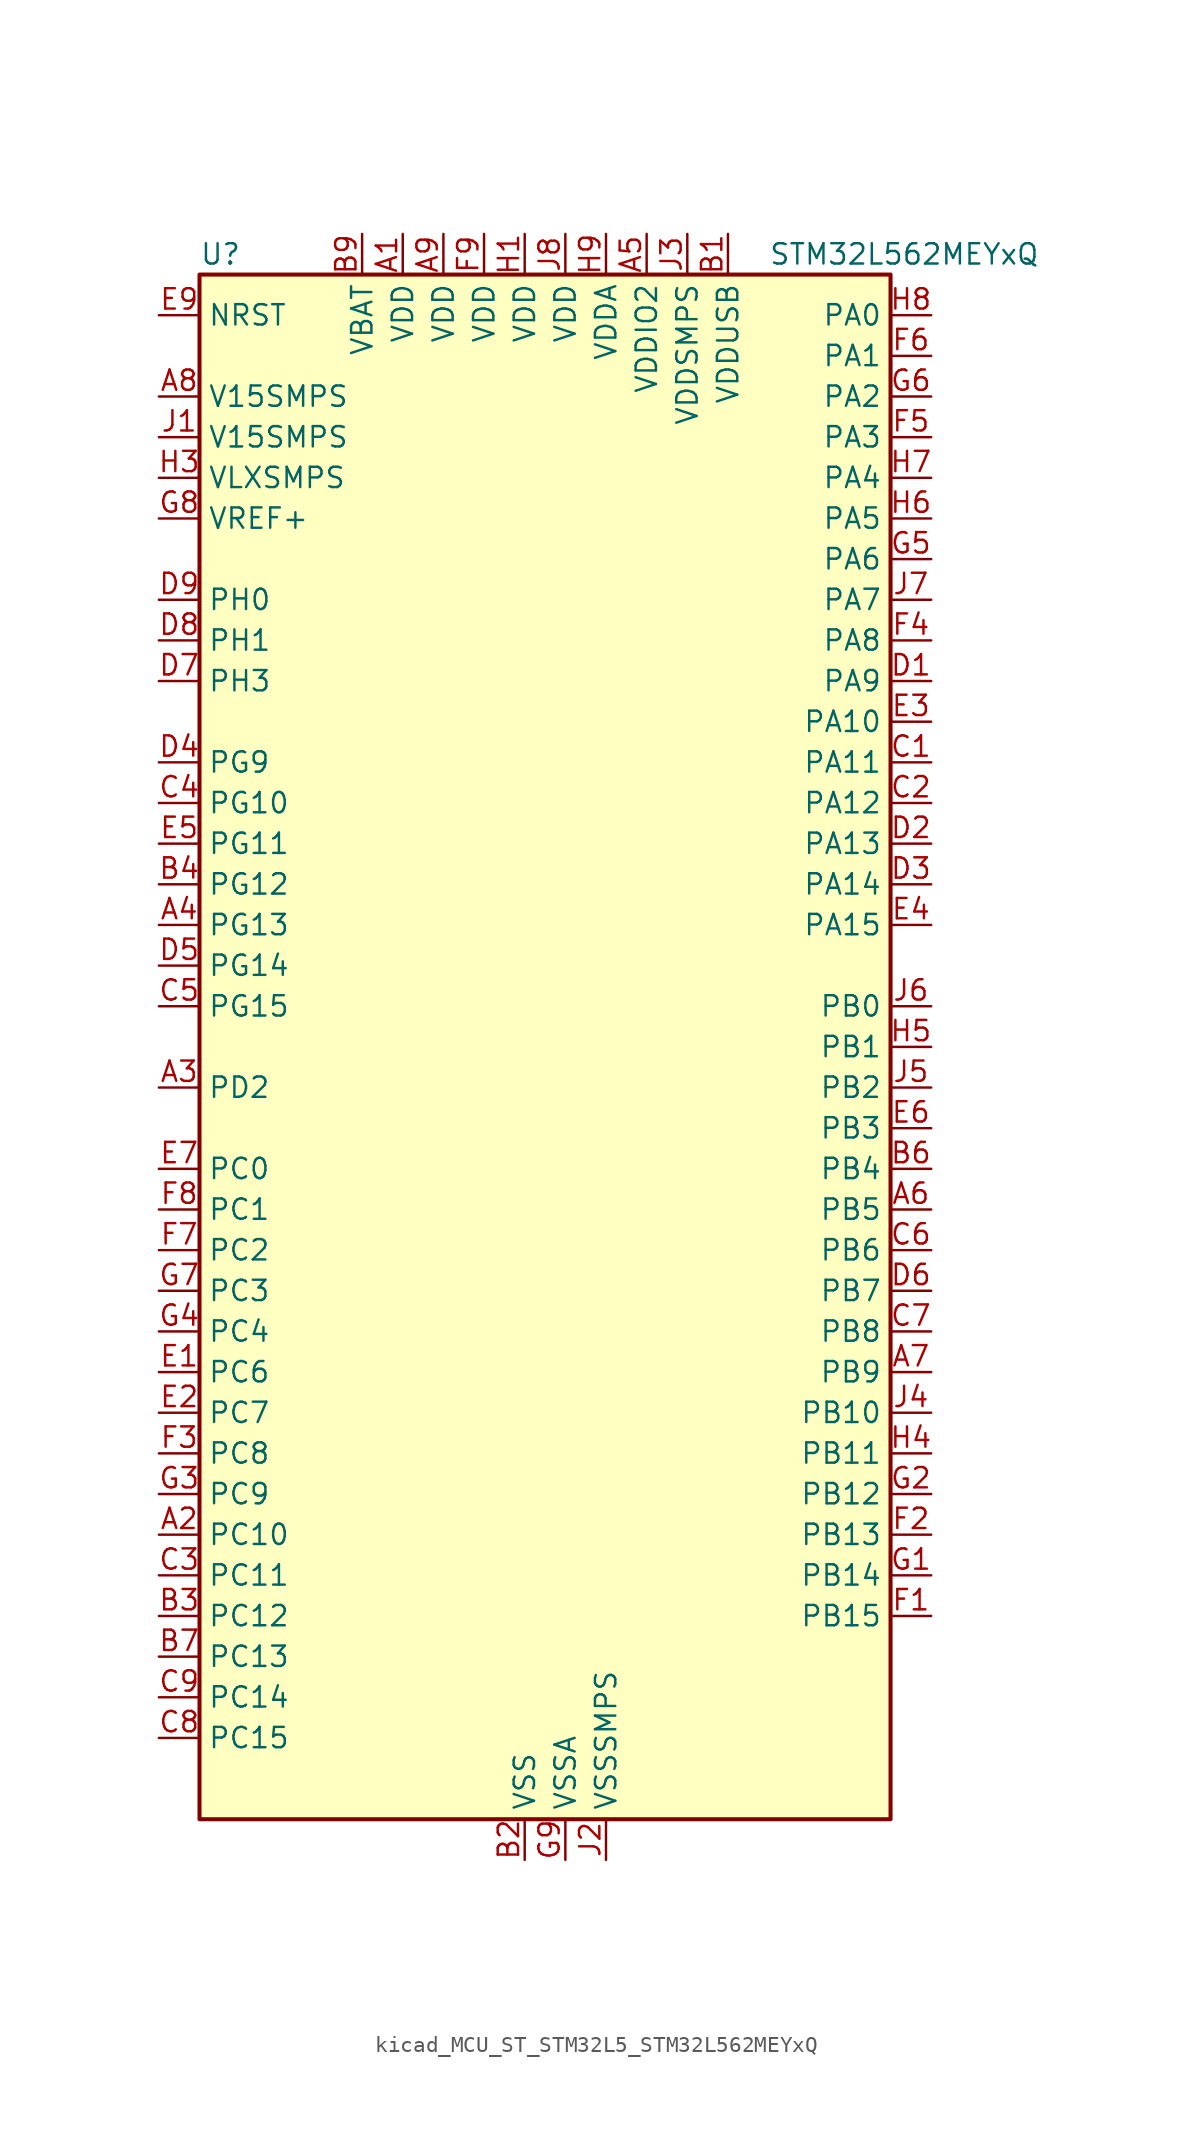
<source format=kicad_sym>
(kicad_symbol_lib
  (version 20220914)
  (generator kicad_symbol_editor)
  (symbol "kicad_MCU_ST_STM32L5_STM32L562MEYxQ"
    (property "Reference" "U"
      (at -20.32 49.53 0)
      (effects (font (size 1.27 1.27)) (justify left)))
    (property "Value" "STM32L562MEYxQ"
      (at 15.24 49.53 0)
      (effects (font (size 1.27 1.27)) (justify left)))
    (property "ki_locked" ""
      (at 0 0 0)
      (effects (font (size 1.27 1.27))))
    (symbol "kicad_MCU_ST_STM32L5_STM32L562MEYxQ_0_1"
      (rectangle (start -20.32 -48.26) (end 22.86 48.26) (stroke (width 0.254) (type default)) (fill (type background))))
    (symbol "kicad_MCU_ST_STM32L5_STM32L562MEYxQ_1_1"
      (pin power_in line (at -7.62 50.8 270) (length 2.54) (name "VDD" (effects (font (size 1.27 1.27)))) (number "A1" (effects (font (size 1.27 1.27)))))
      (pin bidirectional line (at -22.86 -30.48 0) (length 2.54) (name "PC10" (effects (font (size 1.27 1.27)))) (number "A2" (effects (font (size 1.27 1.27)))) (alternate "DEBUG_TRACED1" bidirectional line) (alternate "LPTIM3_ETR" bidirectional line) (alternate "SAI2_SCK_B" bidirectional line) (alternate "SDMMC1_D2" bidirectional line) (alternate "SPI3_SCK" bidirectional line) (alternate "TSC_G3_IO2" bidirectional line) (alternate "UART4_TX" bidirectional line) (alternate "USART3_TX" bidirectional line))
      (pin bidirectional line (at -22.86 -2.54 0) (length 2.54) (name "PD2" (effects (font (size 1.27 1.27)))) (number "A3" (effects (font (size 1.27 1.27)))) (alternate "DEBUG_TRACED2" bidirectional line) (alternate "SDMMC1_CMD" bidirectional line) (alternate "TIM3_ETR" bidirectional line) (alternate "TSC_SYNC" bidirectional line) (alternate "UART5_RX" bidirectional line) (alternate "USART3_DE" bidirectional line) (alternate "USART3_RTS" bidirectional line))
      (pin bidirectional line (at -22.86 7.62 0) (length 2.54) (name "PG13" (effects (font (size 1.27 1.27)))) (number "A4" (effects (font (size 1.27 1.27)))) (alternate "I2C1_SDA" bidirectional line) (alternate "USART1_CK" bidirectional line))
      (pin power_in line (at 7.62 50.8 270) (length 2.54) (name "VDDIO2" (effects (font (size 1.27 1.27)))) (number "A5" (effects (font (size 1.27 1.27)))))
      (pin bidirectional line (at 25.4 -10.16 180) (length 2.54) (name "PB5" (effects (font (size 1.27 1.27)))) (number "A6" (effects (font (size 1.27 1.27)))) (alternate "COMP2_OUT" bidirectional line) (alternate "I2C1_SMBA" bidirectional line) (alternate "LPTIM1_IN1" bidirectional line) (alternate "OCTOSPI1_NCLK" bidirectional line) (alternate "SAI1_SD_B" bidirectional line) (alternate "SPI1_MOSI" bidirectional line) (alternate "SPI3_MOSI" bidirectional line) (alternate "TIM16_BKIN" bidirectional line) (alternate "TIM3_CH2" bidirectional line) (alternate "TSC_G2_IO2" bidirectional line) (alternate "UART5_CTS" bidirectional line) (alternate "UCPD1_DBCC1" bidirectional line) (alternate "USART1_CK" bidirectional line))
      (pin bidirectional line (at 25.4 -20.32 180) (length 2.54) (name "PB9" (effects (font (size 1.27 1.27)))) (number "A7" (effects (font (size 1.27 1.27)))) (alternate "DAC1_EXTI9" bidirectional line) (alternate "FDCAN1_TX" bidirectional line) (alternate "I2C1_SDA" bidirectional line) (alternate "IR_OUT" bidirectional line) (alternate "SAI1_D2" bidirectional line) (alternate "SAI1_FS_A" bidirectional line) (alternate "SDMMC1_CDIR" bidirectional line) (alternate "SDMMC1_D5" bidirectional line) (alternate "SPI2_NSS" bidirectional line) (alternate "TIM17_CH1" bidirectional line) (alternate "TIM4_CH4" bidirectional line))
      (pin power_in line (at -22.86 40.64 0) (length 2.54) (name "V15SMPS" (effects (font (size 1.27 1.27)))) (number "A8" (effects (font (size 1.27 1.27)))))
      (pin power_in line (at -5.08 50.8 270) (length 2.54) (name "VDD" (effects (font (size 1.27 1.27)))) (number "A9" (effects (font (size 1.27 1.27)))))
      (pin power_in line (at 12.7 50.8 270) (length 2.54) (name "VDDUSB" (effects (font (size 1.27 1.27)))) (number "B1" (effects (font (size 1.27 1.27)))))
      (pin power_in line (at 0 -50.8 90) (length 2.54) (name "VSS" (effects (font (size 1.27 1.27)))) (number "B2" (effects (font (size 1.27 1.27)))))
      (pin bidirectional line (at -22.86 -35.56 0) (length 2.54) (name "PC12" (effects (font (size 1.27 1.27)))) (number "B3" (effects (font (size 1.27 1.27)))) (alternate "DEBUG_TRACED3" bidirectional line) (alternate "SAI2_SD_B" bidirectional line) (alternate "SDMMC1_CK" bidirectional line) (alternate "SPI3_MOSI" bidirectional line) (alternate "TSC_G3_IO4" bidirectional line) (alternate "UART5_TX" bidirectional line) (alternate "USART3_CK" bidirectional line))
      (pin bidirectional line (at -22.86 10.16 0) (length 2.54) (name "PG12" (effects (font (size 1.27 1.27)))) (number "B4" (effects (font (size 1.27 1.27)))) (alternate "LPTIM1_ETR" bidirectional line) (alternate "SAI2_SD_A" bidirectional line) (alternate "SPI3_NSS" bidirectional line) (alternate "USART1_DE" bidirectional line) (alternate "USART1_RTS" bidirectional line))
      (pin passive line (at 0 -50.8 90) (length 2.54) hide (name "VSS" (effects (font (size 1.27 1.27)))) (number "B5" (effects (font (size 1.27 1.27)))))
      (pin bidirectional line (at 25.4 -7.62 180) (length 2.54) (name "PB4" (effects (font (size 1.27 1.27)))) (number "B6" (effects (font (size 1.27 1.27)))) (alternate "COMP2_INP" bidirectional line) (alternate "DEBUG_JTRST" bidirectional line) (alternate "I2C3_SDA" bidirectional line) (alternate "SAI1_MCLK_B" bidirectional line) (alternate "SPI1_MISO" bidirectional line) (alternate "SPI3_MISO" bidirectional line) (alternate "TIM17_BKIN" bidirectional line) (alternate "TIM3_CH1" bidirectional line) (alternate "TSC_G2_IO1" bidirectional line) (alternate "UART5_DE" bidirectional line) (alternate "UART5_RTS" bidirectional line) (alternate "USART1_CTS" bidirectional line) (alternate "USART1_NSS" bidirectional line))
      (pin bidirectional line (at -22.86 -38.1 0) (length 2.54) (name "PC13" (effects (font (size 1.27 1.27)))) (number "B7" (effects (font (size 1.27 1.27)))) (alternate "PWR_WKUP2" bidirectional line) (alternate "RTC_OUT1" bidirectional line) (alternate "RTC_TS" bidirectional line) (alternate "TAMP_IN1" bidirectional line) (alternate "TAMP_OUT2" bidirectional line))
      (pin passive line (at 0 -50.8 90) (length 2.54) hide (name "VSS" (effects (font (size 1.27 1.27)))) (number "B8" (effects (font (size 1.27 1.27)))))
      (pin power_in line (at -10.16 50.8 270) (length 2.54) (name "VBAT" (effects (font (size 1.27 1.27)))) (number "B9" (effects (font (size 1.27 1.27)))))
      (pin bidirectional line (at 25.4 17.78 180) (length 2.54) (name "PA11" (effects (font (size 1.27 1.27)))) (number "C1" (effects (font (size 1.27 1.27)))) (alternate "ADC1_EXTI11" bidirectional line) (alternate "ADC2_EXTI11" bidirectional line) (alternate "FDCAN1_RX" bidirectional line) (alternate "SPI1_MISO" bidirectional line) (alternate "TIM1_BKIN2" bidirectional line) (alternate "TIM1_CH4" bidirectional line) (alternate "USART1_CTS" bidirectional line) (alternate "USART1_NSS" bidirectional line) (alternate "USB_DM" bidirectional line))
      (pin bidirectional line (at 25.4 15.24 180) (length 2.54) (name "PA12" (effects (font (size 1.27 1.27)))) (number "C2" (effects (font (size 1.27 1.27)))) (alternate "FDCAN1_TX" bidirectional line) (alternate "SPI1_MOSI" bidirectional line) (alternate "TIM1_ETR" bidirectional line) (alternate "USART1_DE" bidirectional line) (alternate "USART1_RTS" bidirectional line) (alternate "USB_DP" bidirectional line))
      (pin bidirectional line (at -22.86 -33.02 0) (length 2.54) (name "PC11" (effects (font (size 1.27 1.27)))) (number "C3" (effects (font (size 1.27 1.27)))) (alternate "ADC1_EXTI11" bidirectional line) (alternate "ADC2_EXTI11" bidirectional line) (alternate "LPTIM3_IN1" bidirectional line) (alternate "OCTOSPI1_NCS" bidirectional line) (alternate "SAI2_MCLK_B" bidirectional line) (alternate "SDMMC1_D3" bidirectional line) (alternate "SPI3_MISO" bidirectional line) (alternate "TSC_G3_IO3" bidirectional line) (alternate "UART4_RX" bidirectional line) (alternate "UCPD1_FRSTX2" bidirectional line) (alternate "USART3_RX" bidirectional line))
      (pin bidirectional line (at -22.86 15.24 0) (length 2.54) (name "PG10" (effects (font (size 1.27 1.27)))) (number "C4" (effects (font (size 1.27 1.27)))) (alternate "LPTIM1_IN1" bidirectional line) (alternate "SAI2_FS_A" bidirectional line) (alternate "SPI3_MISO" bidirectional line) (alternate "TIM15_CH1" bidirectional line) (alternate "USART1_RX" bidirectional line))
      (pin bidirectional line (at -22.86 2.54 0) (length 2.54) (name "PG15" (effects (font (size 1.27 1.27)))) (number "C5" (effects (font (size 1.27 1.27)))) (alternate "ADC1_EXTI15" bidirectional line) (alternate "ADC2_EXTI15" bidirectional line) (alternate "I2C1_SMBA" bidirectional line) (alternate "LPTIM1_OUT" bidirectional line))
      (pin bidirectional line (at 25.4 -12.7 180) (length 2.54) (name "PB6" (effects (font (size 1.27 1.27)))) (number "C6" (effects (font (size 1.27 1.27)))) (alternate "COMP2_INP" bidirectional line) (alternate "I2C1_SCL" bidirectional line) (alternate "I2C4_SCL" bidirectional line) (alternate "LPTIM1_ETR" bidirectional line) (alternate "SAI1_FS_B" bidirectional line) (alternate "TIM16_CH1N" bidirectional line) (alternate "TIM4_CH1" bidirectional line) (alternate "TIM8_BKIN2" bidirectional line) (alternate "TSC_G2_IO3" bidirectional line) (alternate "USART1_TX" bidirectional line))
      (pin bidirectional line (at 25.4 -17.78 180) (length 2.54) (name "PB8" (effects (font (size 1.27 1.27)))) (number "C7" (effects (font (size 1.27 1.27)))) (alternate "DFSDM1_CKOUT" bidirectional line) (alternate "FDCAN1_RX" bidirectional line) (alternate "I2C1_SCL" bidirectional line) (alternate "SAI1_CK1" bidirectional line) (alternate "SAI1_MCLK_A" bidirectional line) (alternate "SDMMC1_CKIN" bidirectional line) (alternate "SDMMC1_D4" bidirectional line) (alternate "TIM16_CH1" bidirectional line) (alternate "TIM4_CH3" bidirectional line))
      (pin bidirectional line (at -22.86 -43.18 0) (length 2.54) (name "PC15" (effects (font (size 1.27 1.27)))) (number "C8" (effects (font (size 1.27 1.27)))) (alternate "ADC1_EXTI15" bidirectional line) (alternate "ADC2_EXTI15" bidirectional line) (alternate "RCC_OSC32_OUT" bidirectional line))
      (pin bidirectional line (at -22.86 -40.64 0) (length 2.54) (name "PC14" (effects (font (size 1.27 1.27)))) (number "C9" (effects (font (size 1.27 1.27)))) (alternate "RCC_OSC32_IN" bidirectional line))
      (pin bidirectional line (at 25.4 22.86 180) (length 2.54) (name "PA9" (effects (font (size 1.27 1.27)))) (number "D1" (effects (font (size 1.27 1.27)))) (alternate "DAC1_EXTI9" bidirectional line) (alternate "SAI1_FS_A" bidirectional line) (alternate "SPI2_SCK" bidirectional line) (alternate "TIM15_BKIN" bidirectional line) (alternate "TIM1_CH2" bidirectional line) (alternate "USART1_TX" bidirectional line))
      (pin bidirectional line (at 25.4 12.7 180) (length 2.54) (name "PA13" (effects (font (size 1.27 1.27)))) (number "D2" (effects (font (size 1.27 1.27)))) (alternate "DEBUG_JTMS-SWDIO" bidirectional line) (alternate "IR_OUT" bidirectional line) (alternate "SAI1_SD_B" bidirectional line) (alternate "USB_NOE" bidirectional line))
      (pin bidirectional line (at 25.4 10.16 180) (length 2.54) (name "PA14" (effects (font (size 1.27 1.27)))) (number "D3" (effects (font (size 1.27 1.27)))) (alternate "DEBUG_JTCK-SWCLK" bidirectional line) (alternate "I2C1_SMBA" bidirectional line) (alternate "I2C4_SMBA" bidirectional line) (alternate "LPTIM1_OUT" bidirectional line) (alternate "SAI1_FS_B" bidirectional line))
      (pin bidirectional line (at -22.86 17.78 0) (length 2.54) (name "PG9" (effects (font (size 1.27 1.27)))) (number "D4" (effects (font (size 1.27 1.27)))) (alternate "DAC1_EXTI9" bidirectional line) (alternate "SAI2_SCK_A" bidirectional line) (alternate "SPI3_SCK" bidirectional line) (alternate "TIM15_CH1N" bidirectional line) (alternate "USART1_TX" bidirectional line))
      (pin bidirectional line (at -22.86 5.08 0) (length 2.54) (name "PG14" (effects (font (size 1.27 1.27)))) (number "D5" (effects (font (size 1.27 1.27)))) (alternate "I2C1_SCL" bidirectional line))
      (pin bidirectional line (at 25.4 -15.24 180) (length 2.54) (name "PB7" (effects (font (size 1.27 1.27)))) (number "D6" (effects (font (size 1.27 1.27)))) (alternate "COMP2_INM" bidirectional line) (alternate "I2C1_SDA" bidirectional line) (alternate "I2C4_SDA" bidirectional line) (alternate "LPTIM1_IN2" bidirectional line) (alternate "PWR_PVD_IN" bidirectional line) (alternate "TIM17_CH1N" bidirectional line) (alternate "TIM4_CH2" bidirectional line) (alternate "TIM8_BKIN" bidirectional line) (alternate "TSC_G2_IO4" bidirectional line) (alternate "UART4_CTS" bidirectional line) (alternate "USART1_RX" bidirectional line))
      (pin bidirectional line (at -22.86 22.86 0) (length 2.54) (name "PH3" (effects (font (size 1.27 1.27)))) (number "D7" (effects (font (size 1.27 1.27)))))
      (pin bidirectional line (at -22.86 25.4 0) (length 2.54) (name "PH1" (effects (font (size 1.27 1.27)))) (number "D8" (effects (font (size 1.27 1.27)))) (alternate "RCC_OSC_OUT" bidirectional line))
      (pin bidirectional line (at -22.86 27.94 0) (length 2.54) (name "PH0" (effects (font (size 1.27 1.27)))) (number "D9" (effects (font (size 1.27 1.27)))) (alternate "RCC_OSC_IN" bidirectional line))
      (pin bidirectional line (at -22.86 -20.32 0) (length 2.54) (name "PC6" (effects (font (size 1.27 1.27)))) (number "E1" (effects (font (size 1.27 1.27)))) (alternate "DFSDM1_CKIN3" bidirectional line) (alternate "SAI2_MCLK_A" bidirectional line) (alternate "SDMMC1_D0DIR" bidirectional line) (alternate "SDMMC1_D6" bidirectional line) (alternate "TIM3_CH1" bidirectional line) (alternate "TIM8_CH1" bidirectional line) (alternate "TSC_G4_IO1" bidirectional line))
      (pin bidirectional line (at -22.86 -22.86 0) (length 2.54) (name "PC7" (effects (font (size 1.27 1.27)))) (number "E2" (effects (font (size 1.27 1.27)))) (alternate "DFSDM1_DATIN3" bidirectional line) (alternate "SAI2_MCLK_B" bidirectional line) (alternate "SDMMC1_D123DIR" bidirectional line) (alternate "SDMMC1_D7" bidirectional line) (alternate "TIM3_CH2" bidirectional line) (alternate "TIM8_CH2" bidirectional line) (alternate "TSC_G4_IO2" bidirectional line))
      (pin bidirectional line (at 25.4 20.32 180) (length 2.54) (name "PA10" (effects (font (size 1.27 1.27)))) (number "E3" (effects (font (size 1.27 1.27)))) (alternate "CRS_SYNC" bidirectional line) (alternate "SAI1_D1" bidirectional line) (alternate "SAI1_SD_A" bidirectional line) (alternate "TIM17_BKIN" bidirectional line) (alternate "TIM1_CH3" bidirectional line) (alternate "USART1_RX" bidirectional line))
      (pin bidirectional line (at 25.4 7.62 180) (length 2.54) (name "PA15" (effects (font (size 1.27 1.27)))) (number "E4" (effects (font (size 1.27 1.27)))) (alternate "ADC1_EXTI15" bidirectional line) (alternate "ADC2_EXTI15" bidirectional line) (alternate "DEBUG_JTDI" bidirectional line) (alternate "SAI2_FS_B" bidirectional line) (alternate "SPI1_NSS" bidirectional line) (alternate "SPI3_NSS" bidirectional line) (alternate "TIM2_CH1" bidirectional line) (alternate "TIM2_ETR" bidirectional line) (alternate "UART4_DE" bidirectional line) (alternate "UART4_RTS" bidirectional line) (alternate "UCPD1_CC1" bidirectional line) (alternate "USART2_RX" bidirectional line) (alternate "USART3_DE" bidirectional line) (alternate "USART3_RTS" bidirectional line))
      (pin bidirectional line (at -22.86 12.7 0) (length 2.54) (name "PG11" (effects (font (size 1.27 1.27)))) (number "E5" (effects (font (size 1.27 1.27)))) (alternate "ADC1_EXTI11" bidirectional line) (alternate "ADC2_EXTI11" bidirectional line) (alternate "LPTIM1_IN2" bidirectional line) (alternate "OCTOSPI1_IO5" bidirectional line) (alternate "SAI2_MCLK_A" bidirectional line) (alternate "SPI3_MOSI" bidirectional line) (alternate "TIM15_CH2" bidirectional line) (alternate "USART1_CTS" bidirectional line) (alternate "USART1_NSS" bidirectional line))
      (pin bidirectional line (at 25.4 -5.08 180) (length 2.54) (name "PB3" (effects (font (size 1.27 1.27)))) (number "E6" (effects (font (size 1.27 1.27)))) (alternate "COMP2_INM" bidirectional line) (alternate "CRS_SYNC" bidirectional line) (alternate "DEBUG_JTDO-SWO" bidirectional line) (alternate "SAI1_SCK_B" bidirectional line) (alternate "SPI1_SCK" bidirectional line) (alternate "SPI3_SCK" bidirectional line) (alternate "TIM2_CH2" bidirectional line) (alternate "USART1_DE" bidirectional line) (alternate "USART1_RTS" bidirectional line))
      (pin bidirectional line (at -22.86 -7.62 0) (length 2.54) (name "PC0" (effects (font (size 1.27 1.27)))) (number "E7" (effects (font (size 1.27 1.27)))) (alternate "ADC1_IN1" bidirectional line) (alternate "ADC2_IN1" bidirectional line) (alternate "I2C3_SCL" bidirectional line) (alternate "LPTIM1_IN1" bidirectional line) (alternate "LPTIM2_IN1" bidirectional line) (alternate "LPUART1_RX" bidirectional line) (alternate "OCTOSPI1_IO7" bidirectional line) (alternate "SAI2_FS_A" bidirectional line) (alternate "SDMMC1_D5" bidirectional line))
      (pin passive line (at 0 -50.8 90) (length 2.54) hide (name "VSS" (effects (font (size 1.27 1.27)))) (number "E8" (effects (font (size 1.27 1.27)))))
      (pin input line (at -22.86 45.72 0) (length 2.54) (name "NRST" (effects (font (size 1.27 1.27)))) (number "E9" (effects (font (size 1.27 1.27)))))
      (pin bidirectional line (at 25.4 -35.56 180) (length 2.54) (name "PB15" (effects (font (size 1.27 1.27)))) (number "F1" (effects (font (size 1.27 1.27)))) (alternate "ADC1_EXTI15" bidirectional line) (alternate "ADC2_EXTI15" bidirectional line) (alternate "DFSDM1_CKIN2" bidirectional line) (alternate "RTC_REFIN" bidirectional line) (alternate "SAI2_SD_A" bidirectional line) (alternate "SPI2_MOSI" bidirectional line) (alternate "TIM15_CH2" bidirectional line) (alternate "TIM1_CH3N" bidirectional line) (alternate "TIM8_CH3N" bidirectional line) (alternate "UCPD1_CC2" bidirectional line))
      (pin bidirectional line (at 25.4 -30.48 180) (length 2.54) (name "PB13" (effects (font (size 1.27 1.27)))) (number "F2" (effects (font (size 1.27 1.27)))) (alternate "DFSDM1_CKIN1" bidirectional line) (alternate "I2C2_SCL" bidirectional line) (alternate "LPTIM3_IN1" bidirectional line) (alternate "LPUART1_CTS" bidirectional line) (alternate "SAI2_SCK_A" bidirectional line) (alternate "SPI2_SCK" bidirectional line) (alternate "TIM15_CH1N" bidirectional line) (alternate "TIM1_CH1N" bidirectional line) (alternate "TSC_G1_IO2" bidirectional line) (alternate "UCPD1_FRSTX2" bidirectional line) (alternate "USART3_CTS" bidirectional line) (alternate "USART3_NSS" bidirectional line))
      (pin bidirectional line (at -22.86 -25.4 0) (length 2.54) (name "PC8" (effects (font (size 1.27 1.27)))) (number "F3" (effects (font (size 1.27 1.27)))) (alternate "SDMMC1_D0" bidirectional line) (alternate "TIM3_CH3" bidirectional line) (alternate "TIM8_CH3" bidirectional line) (alternate "TSC_G4_IO3" bidirectional line))
      (pin bidirectional line (at 25.4 25.4 180) (length 2.54) (name "PA8" (effects (font (size 1.27 1.27)))) (number "F4" (effects (font (size 1.27 1.27)))) (alternate "LPTIM2_OUT" bidirectional line) (alternate "RCC_MCO" bidirectional line) (alternate "SAI1_CK2" bidirectional line) (alternate "SAI1_SCK_A" bidirectional line) (alternate "TIM1_CH1" bidirectional line) (alternate "USART1_CK" bidirectional line))
      (pin bidirectional line (at 25.4 38.1 180) (length 2.54) (name "PA3" (effects (font (size 1.27 1.27)))) (number "F5" (effects (font (size 1.27 1.27)))) (alternate "ADC1_IN8" bidirectional line) (alternate "ADC2_IN8" bidirectional line) (alternate "LPUART1_RX" bidirectional line) (alternate "OCTOSPI1_CLK" bidirectional line) (alternate "OPAMP1_VOUT" bidirectional line) (alternate "SAI1_CK1" bidirectional line) (alternate "SAI1_MCLK_A" bidirectional line) (alternate "TIM15_CH2" bidirectional line) (alternate "TIM2_CH4" bidirectional line) (alternate "TIM5_CH4" bidirectional line) (alternate "USART2_RX" bidirectional line))
      (pin bidirectional line (at 25.4 43.18 180) (length 2.54) (name "PA1" (effects (font (size 1.27 1.27)))) (number "F6" (effects (font (size 1.27 1.27)))) (alternate "ADC1_IN6" bidirectional line) (alternate "ADC2_IN6" bidirectional line) (alternate "I2C1_SMBA" bidirectional line) (alternate "OCTOSPI1_DQS" bidirectional line) (alternate "OPAMP1_VINM" bidirectional line) (alternate "SPI1_SCK" bidirectional line) (alternate "TAMP_IN5" bidirectional line) (alternate "TAMP_OUT4" bidirectional line) (alternate "TIM15_CH1N" bidirectional line) (alternate "TIM2_CH2" bidirectional line) (alternate "TIM5_CH2" bidirectional line) (alternate "UART4_RX" bidirectional line) (alternate "USART2_DE" bidirectional line) (alternate "USART2_RTS" bidirectional line))
      (pin bidirectional line (at -22.86 -12.7 0) (length 2.54) (name "PC2" (effects (font (size 1.27 1.27)))) (number "F7" (effects (font (size 1.27 1.27)))) (alternate "ADC1_IN3" bidirectional line) (alternate "ADC2_IN3" bidirectional line) (alternate "DFSDM1_CKOUT" bidirectional line) (alternate "LPTIM1_IN2" bidirectional line) (alternate "OCTOSPI1_IO5" bidirectional line) (alternate "SPI2_MISO" bidirectional line))
      (pin bidirectional line (at -22.86 -10.16 0) (length 2.54) (name "PC1" (effects (font (size 1.27 1.27)))) (number "F8" (effects (font (size 1.27 1.27)))) (alternate "ADC1_IN2" bidirectional line) (alternate "ADC2_IN2" bidirectional line) (alternate "DEBUG_TRACED0" bidirectional line) (alternate "I2C3_SDA" bidirectional line) (alternate "LPTIM1_OUT" bidirectional line) (alternate "LPUART1_TX" bidirectional line) (alternate "OCTOSPI1_IO4" bidirectional line) (alternate "SAI1_SD_A" bidirectional line) (alternate "SPI2_MOSI" bidirectional line))
      (pin power_in line (at -2.54 50.8 270) (length 2.54) (name "VDD" (effects (font (size 1.27 1.27)))) (number "F9" (effects (font (size 1.27 1.27)))))
      (pin bidirectional line (at 25.4 -33.02 180) (length 2.54) (name "PB14" (effects (font (size 1.27 1.27)))) (number "G1" (effects (font (size 1.27 1.27)))) (alternate "DFSDM1_DATIN2" bidirectional line) (alternate "I2C2_SDA" bidirectional line) (alternate "LPTIM3_ETR" bidirectional line) (alternate "SAI2_MCLK_A" bidirectional line) (alternate "SPI2_MISO" bidirectional line) (alternate "TIM15_CH1" bidirectional line) (alternate "TIM1_CH2N" bidirectional line) (alternate "TIM8_CH2N" bidirectional line) (alternate "TSC_G1_IO3" bidirectional line) (alternate "UCPD1_DBCC2" bidirectional line) (alternate "USART3_DE" bidirectional line) (alternate "USART3_RTS" bidirectional line))
      (pin bidirectional line (at 25.4 -27.94 180) (length 2.54) (name "PB12" (effects (font (size 1.27 1.27)))) (number "G2" (effects (font (size 1.27 1.27)))) (alternate "DFSDM1_DATIN1" bidirectional line) (alternate "I2C2_SMBA" bidirectional line) (alternate "LPUART1_DE" bidirectional line) (alternate "LPUART1_RTS" bidirectional line) (alternate "OCTOSPI1_NCLK" bidirectional line) (alternate "SAI2_FS_A" bidirectional line) (alternate "SPI2_NSS" bidirectional line) (alternate "TIM15_BKIN" bidirectional line) (alternate "TIM1_BKIN" bidirectional line) (alternate "TSC_G1_IO1" bidirectional line) (alternate "USART3_CK" bidirectional line))
      (pin bidirectional line (at -22.86 -27.94 0) (length 2.54) (name "PC9" (effects (font (size 1.27 1.27)))) (number "G3" (effects (font (size 1.27 1.27)))) (alternate "DAC1_EXTI9" bidirectional line) (alternate "DEBUG_TRACED0" bidirectional line) (alternate "SAI2_EXTCLK" bidirectional line) (alternate "SDMMC1_D1" bidirectional line) (alternate "TIM3_CH4" bidirectional line) (alternate "TIM8_BKIN2" bidirectional line) (alternate "TIM8_CH4" bidirectional line) (alternate "TSC_G4_IO4" bidirectional line) (alternate "USB_NOE" bidirectional line))
      (pin bidirectional line (at -22.86 -17.78 0) (length 2.54) (name "PC4" (effects (font (size 1.27 1.27)))) (number "G4" (effects (font (size 1.27 1.27)))) (alternate "ADC1_IN13" bidirectional line) (alternate "ADC2_IN13" bidirectional line) (alternate "COMP1_INM" bidirectional line) (alternate "OCTOSPI1_IO7" bidirectional line) (alternate "USART3_TX" bidirectional line))
      (pin bidirectional line (at 25.4 30.48 180) (length 2.54) (name "PA6" (effects (font (size 1.27 1.27)))) (number "G5" (effects (font (size 1.27 1.27)))) (alternate "ADC1_IN11" bidirectional line) (alternate "ADC2_IN11" bidirectional line) (alternate "LPUART1_CTS" bidirectional line) (alternate "OCTOSPI1_IO3" bidirectional line) (alternate "OPAMP2_VINP" bidirectional line) (alternate "SPI1_MISO" bidirectional line) (alternate "TIM16_CH1" bidirectional line) (alternate "TIM1_BKIN" bidirectional line) (alternate "TIM3_CH1" bidirectional line) (alternate "TIM8_BKIN" bidirectional line) (alternate "USART3_CTS" bidirectional line) (alternate "USART3_NSS" bidirectional line))
      (pin bidirectional line (at 25.4 40.64 180) (length 2.54) (name "PA2" (effects (font (size 1.27 1.27)))) (number "G6" (effects (font (size 1.27 1.27)))) (alternate "ADC1_IN7" bidirectional line) (alternate "ADC2_IN7" bidirectional line) (alternate "COMP1_INP" bidirectional line) (alternate "LPUART1_TX" bidirectional line) (alternate "OCTOSPI1_NCS" bidirectional line) (alternate "PWR_WKUP4" bidirectional line) (alternate "RCC_LSCO" bidirectional line) (alternate "SAI2_EXTCLK" bidirectional line) (alternate "TIM15_CH1" bidirectional line) (alternate "TIM2_CH3" bidirectional line) (alternate "TIM5_CH3" bidirectional line) (alternate "UCPD1_FRSTX1" bidirectional line) (alternate "USART2_TX" bidirectional line))
      (pin bidirectional line (at -22.86 -15.24 0) (length 2.54) (name "PC3" (effects (font (size 1.27 1.27)))) (number "G7" (effects (font (size 1.27 1.27)))) (alternate "ADC1_IN4" bidirectional line) (alternate "ADC2_IN4" bidirectional line) (alternate "LPTIM1_ETR" bidirectional line) (alternate "LPTIM2_ETR" bidirectional line) (alternate "LPTIM3_OUT" bidirectional line) (alternate "OCTOSPI1_IO6" bidirectional line) (alternate "SAI1_D1" bidirectional line) (alternate "SAI1_SD_A" bidirectional line) (alternate "SPI2_MOSI" bidirectional line))
      (pin input line (at -22.86 33.02 0) (length 2.54) (name "VREF+" (effects (font (size 1.27 1.27)))) (number "G8" (effects (font (size 1.27 1.27)))))
      (pin power_in line (at 2.54 -50.8 90) (length 2.54) (name "VSSA" (effects (font (size 1.27 1.27)))) (number "G9" (effects (font (size 1.27 1.27)))))
      (pin power_in line (at 0 50.8 270) (length 2.54) (name "VDD" (effects (font (size 1.27 1.27)))) (number "H1" (effects (font (size 1.27 1.27)))))
      (pin passive line (at 0 -50.8 90) (length 2.54) hide (name "VSS" (effects (font (size 1.27 1.27)))) (number "H2" (effects (font (size 1.27 1.27)))))
      (pin power_in line (at -22.86 35.56 0) (length 2.54) (name "VLXSMPS" (effects (font (size 1.27 1.27)))) (number "H3" (effects (font (size 1.27 1.27)))))
      (pin bidirectional line (at 25.4 -25.4 180) (length 2.54) (name "PB11" (effects (font (size 1.27 1.27)))) (number "H4" (effects (font (size 1.27 1.27)))) (alternate "ADC1_EXTI11" bidirectional line) (alternate "ADC2_EXTI11" bidirectional line) (alternate "COMP2_OUT" bidirectional line) (alternate "I2C2_SDA" bidirectional line) (alternate "I2C4_SDA" bidirectional line) (alternate "LPUART1_TX" bidirectional line) (alternate "OCTOSPI1_NCS" bidirectional line) (alternate "TIM2_CH4" bidirectional line) (alternate "USART3_RX" bidirectional line))
      (pin bidirectional line (at 25.4 0 180) (length 2.54) (name "PB1" (effects (font (size 1.27 1.27)))) (number "H5" (effects (font (size 1.27 1.27)))) (alternate "ADC1_IN16" bidirectional line) (alternate "ADC2_IN16" bidirectional line) (alternate "COMP1_INM" bidirectional line) (alternate "DFSDM1_DATIN0" bidirectional line) (alternate "LPTIM2_IN1" bidirectional line) (alternate "LPUART1_DE" bidirectional line) (alternate "LPUART1_RTS" bidirectional line) (alternate "OCTOSPI1_IO0" bidirectional line) (alternate "TIM1_CH3N" bidirectional line) (alternate "TIM3_CH4" bidirectional line) (alternate "TIM8_CH3N" bidirectional line) (alternate "USART3_DE" bidirectional line) (alternate "USART3_RTS" bidirectional line))
      (pin bidirectional line (at 25.4 33.02 180) (length 2.54) (name "PA5" (effects (font (size 1.27 1.27)))) (number "H6" (effects (font (size 1.27 1.27)))) (alternate "ADC1_IN10" bidirectional line) (alternate "ADC2_IN10" bidirectional line) (alternate "DAC1_OUT2" bidirectional line) (alternate "LPTIM2_ETR" bidirectional line) (alternate "SPI1_SCK" bidirectional line) (alternate "TIM2_CH1" bidirectional line) (alternate "TIM2_ETR" bidirectional line) (alternate "TIM8_CH1N" bidirectional line))
      (pin bidirectional line (at 25.4 35.56 180) (length 2.54) (name "PA4" (effects (font (size 1.27 1.27)))) (number "H7" (effects (font (size 1.27 1.27)))) (alternate "ADC1_IN9" bidirectional line) (alternate "ADC2_IN9" bidirectional line) (alternate "DAC1_OUT1" bidirectional line) (alternate "LPTIM2_OUT" bidirectional line) (alternate "OCTOSPI1_NCS" bidirectional line) (alternate "SAI1_FS_B" bidirectional line) (alternate "SPI1_NSS" bidirectional line) (alternate "SPI3_NSS" bidirectional line) (alternate "USART2_CK" bidirectional line))
      (pin bidirectional line (at 25.4 45.72 180) (length 2.54) (name "PA0" (effects (font (size 1.27 1.27)))) (number "H8" (effects (font (size 1.27 1.27)))) (alternate "ADC1_IN5" bidirectional line) (alternate "ADC2_IN5" bidirectional line) (alternate "OPAMP1_VINP" bidirectional line) (alternate "PWR_WKUP1" bidirectional line) (alternate "SAI1_EXTCLK" bidirectional line) (alternate "TAMP_IN2" bidirectional line) (alternate "TAMP_OUT1" bidirectional line) (alternate "TIM2_CH1" bidirectional line) (alternate "TIM2_ETR" bidirectional line) (alternate "TIM5_CH1" bidirectional line) (alternate "TIM8_ETR" bidirectional line) (alternate "UART4_TX" bidirectional line) (alternate "USART2_CTS" bidirectional line) (alternate "USART2_NSS" bidirectional line))
      (pin power_in line (at 5.08 50.8 270) (length 2.54) (name "VDDA" (effects (font (size 1.27 1.27)))) (number "H9" (effects (font (size 1.27 1.27)))))
      (pin power_in line (at -22.86 38.1 0) (length 2.54) (name "V15SMPS" (effects (font (size 1.27 1.27)))) (number "J1" (effects (font (size 1.27 1.27)))))
      (pin power_in line (at 5.08 -50.8 90) (length 2.54) (name "VSSSMPS" (effects (font (size 1.27 1.27)))) (number "J2" (effects (font (size 1.27 1.27)))))
      (pin power_in line (at 10.16 50.8 270) (length 2.54) (name "VDDSMPS" (effects (font (size 1.27 1.27)))) (number "J3" (effects (font (size 1.27 1.27)))))
      (pin bidirectional line (at 25.4 -22.86 180) (length 2.54) (name "PB10" (effects (font (size 1.27 1.27)))) (number "J4" (effects (font (size 1.27 1.27)))) (alternate "COMP1_OUT" bidirectional line) (alternate "I2C2_SCL" bidirectional line) (alternate "I2C4_SCL" bidirectional line) (alternate "LPTIM3_OUT" bidirectional line) (alternate "LPUART1_RX" bidirectional line) (alternate "OCTOSPI1_CLK" bidirectional line) (alternate "SAI1_SCK_A" bidirectional line) (alternate "SPI2_SCK" bidirectional line) (alternate "TIM2_CH3" bidirectional line) (alternate "TSC_SYNC" bidirectional line) (alternate "USART3_TX" bidirectional line))
      (pin bidirectional line (at 25.4 -2.54 180) (length 2.54) (name "PB2" (effects (font (size 1.27 1.27)))) (number "J5" (effects (font (size 1.27 1.27)))) (alternate "COMP1_INP" bidirectional line) (alternate "DFSDM1_CKIN0" bidirectional line) (alternate "I2C3_SMBA" bidirectional line) (alternate "LPTIM1_OUT" bidirectional line) (alternate "OCTOSPI1_DQS" bidirectional line) (alternate "RTC_OUT2" bidirectional line) (alternate "UCPD1_FRSTX1" bidirectional line))
      (pin bidirectional line (at 25.4 2.54 180) (length 2.54) (name "PB0" (effects (font (size 1.27 1.27)))) (number "J6" (effects (font (size 1.27 1.27)))) (alternate "ADC1_IN15" bidirectional line) (alternate "ADC2_IN15" bidirectional line) (alternate "COMP1_OUT" bidirectional line) (alternate "OCTOSPI1_IO1" bidirectional line) (alternate "OPAMP2_VOUT" bidirectional line) (alternate "SAI1_EXTCLK" bidirectional line) (alternate "SPI1_NSS" bidirectional line) (alternate "TIM1_CH2N" bidirectional line) (alternate "TIM3_CH3" bidirectional line) (alternate "TIM8_CH2N" bidirectional line) (alternate "USART3_CK" bidirectional line))
      (pin bidirectional line (at 25.4 27.94 180) (length 2.54) (name "PA7" (effects (font (size 1.27 1.27)))) (number "J7" (effects (font (size 1.27 1.27)))) (alternate "ADC1_IN12" bidirectional line) (alternate "ADC2_IN12" bidirectional line) (alternate "I2C3_SCL" bidirectional line) (alternate "OCTOSPI1_IO2" bidirectional line) (alternate "OPAMP2_VINM" bidirectional line) (alternate "SPI1_MOSI" bidirectional line) (alternate "TIM17_CH1" bidirectional line) (alternate "TIM1_CH1N" bidirectional line) (alternate "TIM3_CH2" bidirectional line) (alternate "TIM8_CH1N" bidirectional line))
      (pin power_in line (at 2.54 50.8 270) (length 2.54) (name "VDD" (effects (font (size 1.27 1.27)))) (number "J8" (effects (font (size 1.27 1.27)))))
      (pin passive line (at 0 -50.8 90) (length 2.54) hide (name "VSS" (effects (font (size 1.27 1.27)))) (number "J9" (effects (font (size 1.27 1.27))))))))
</source>
